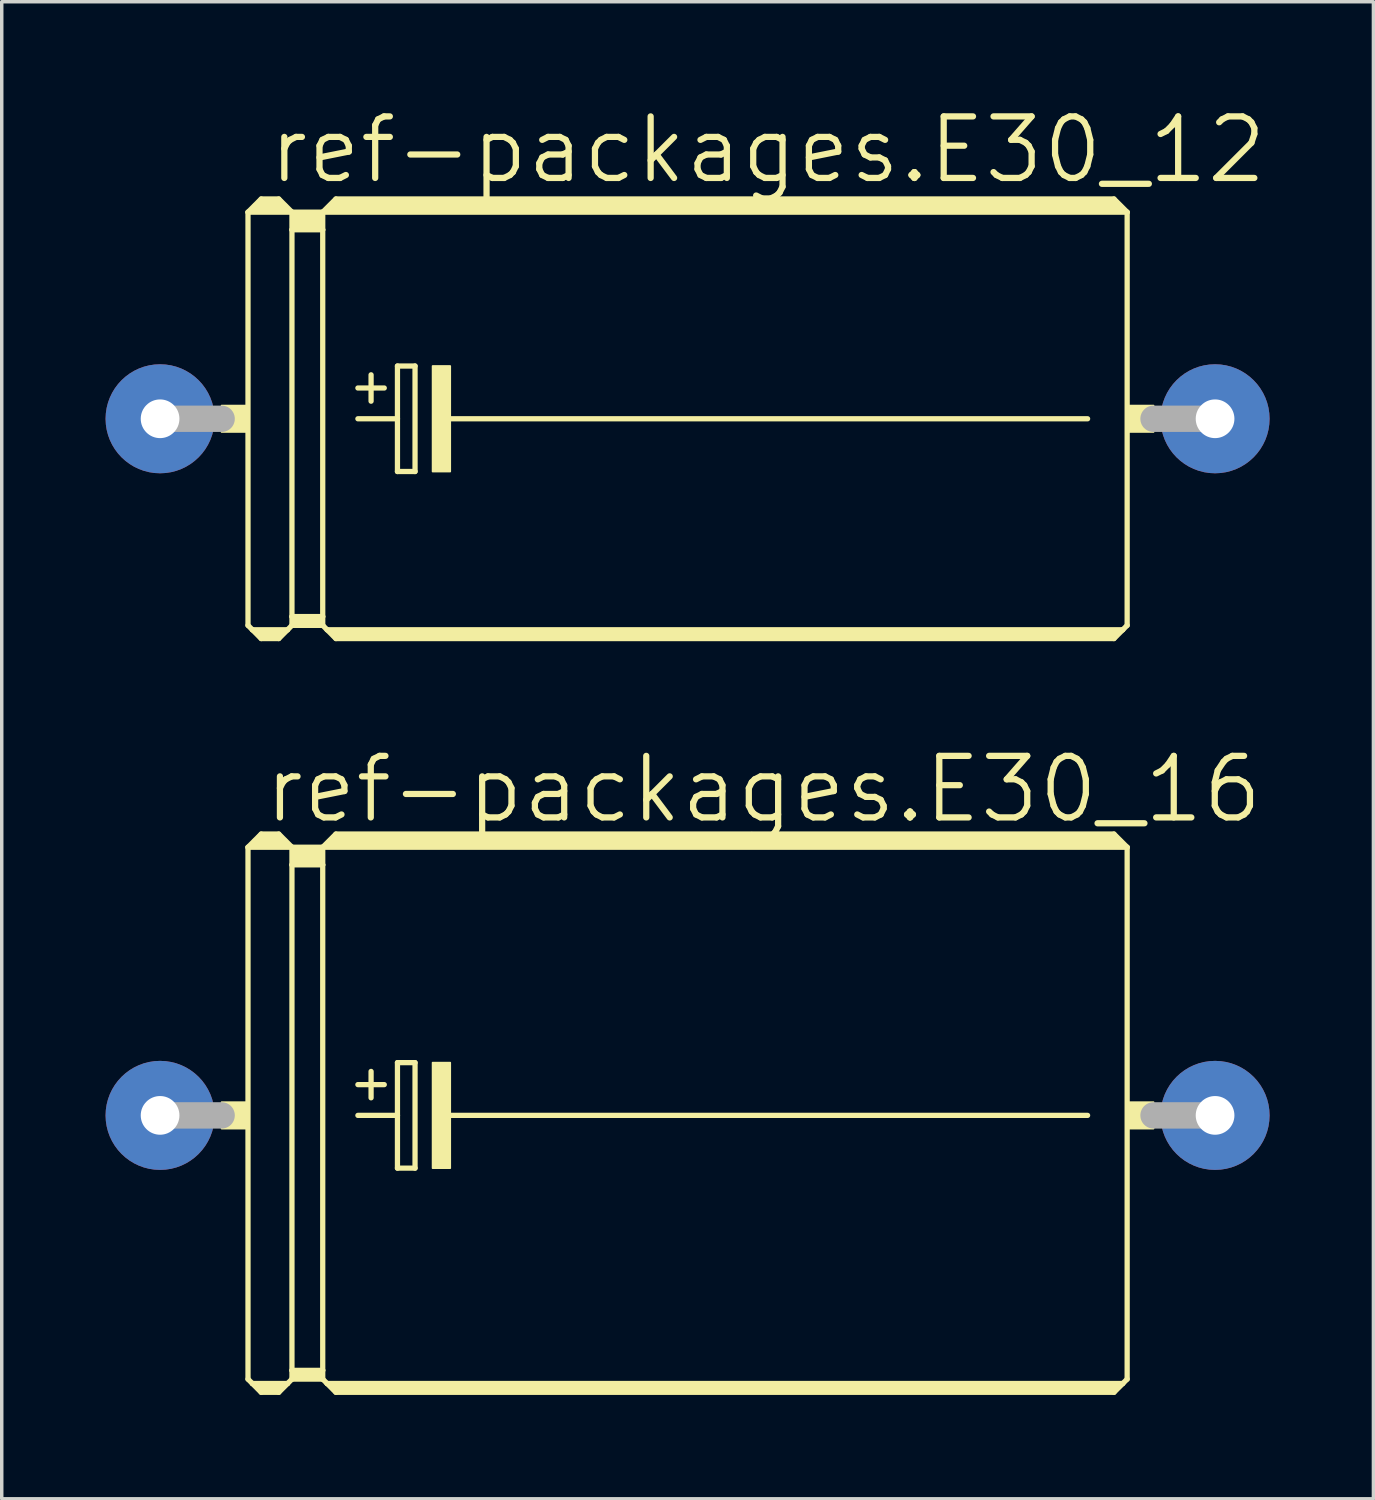
<source format=kicad_pcb>
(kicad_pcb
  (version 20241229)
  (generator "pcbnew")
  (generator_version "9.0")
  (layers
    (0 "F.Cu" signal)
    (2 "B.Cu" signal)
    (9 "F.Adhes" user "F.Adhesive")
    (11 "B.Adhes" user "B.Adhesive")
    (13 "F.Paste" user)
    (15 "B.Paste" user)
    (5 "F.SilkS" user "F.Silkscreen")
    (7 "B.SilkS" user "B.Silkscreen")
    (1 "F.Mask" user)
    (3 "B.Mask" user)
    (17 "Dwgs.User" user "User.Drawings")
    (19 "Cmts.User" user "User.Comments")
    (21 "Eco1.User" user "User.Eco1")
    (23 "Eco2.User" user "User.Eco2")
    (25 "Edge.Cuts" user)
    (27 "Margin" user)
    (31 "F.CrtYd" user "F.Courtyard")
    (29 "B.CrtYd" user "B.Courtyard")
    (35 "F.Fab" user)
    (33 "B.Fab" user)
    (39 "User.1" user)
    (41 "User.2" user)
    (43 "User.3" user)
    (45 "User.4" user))
  (footprint "ref-packages.E30_12"
    (layer "F.Cu")
    (at 16.815 9.049)
    (property "Reference" "ref-packages.E30_12" (at -12.192 -6.731 0) (layer "F.SilkS") (effects (font (size 1.778 1.778) (thickness 0.18)) (justify left bottom)))
    (attr through_hole)
    (fp_line (start -12.7 -5.969) (end -12.7 5.969) (stroke (width 0.152) (type default)) (layer "F.SilkS"))
    (fp_line (start -12.7 -5.969) (end -12.319 -6.35) (stroke (width 0.152) (type default)) (layer "F.SilkS"))
    (fp_line (start -12.7 -5.969) (end -11.43 -5.969) (stroke (width 0.152) (type default)) (layer "F.SilkS"))
    (fp_line (start -12.7 5.969) (end -12.573 6.096) (stroke (width 0.152) (type default)) (layer "F.SilkS"))
    (fp_line (start -12.573 6.096) (end -12.319 6.35) (stroke (width 0.152) (type default)) (layer "F.SilkS"))
    (fp_line (start -12.573 6.096) (end -11.557 6.096) (stroke (width 0.152) (type default)) (layer "F.SilkS"))
    (fp_line (start -12.446 -6.096) (end -11.684 -6.096) (stroke (width 0.305) (type default)) (layer "F.SilkS"))
    (fp_line (start -12.319 -6.35) (end -11.811 -6.35) (stroke (width 0.152) (type default)) (layer "F.SilkS"))
    (fp_line (start -12.319 -6.223) (end -11.811 -6.223) (stroke (width 0.305) (type default)) (layer "F.SilkS"))
    (fp_line (start -12.319 6.223) (end -11.811 6.223) (stroke (width 0.305) (type default)) (layer "F.SilkS"))
    (fp_line (start -12.319 6.35) (end -11.811 6.35) (stroke (width 0.152) (type default)) (layer "F.SilkS"))
    (fp_line (start -11.557 6.096) (end -11.811 6.35) (stroke (width 0.152) (type default)) (layer "F.SilkS"))
    (fp_line (start -11.43 -5.969) (end -11.811 -6.35) (stroke (width 0.152) (type default)) (layer "F.SilkS"))
    (fp_line (start -11.43 -5.969) (end -11.43 -5.461) (stroke (width 0.152) (type default)) (layer "F.SilkS"))
    (fp_line (start -11.43 -5.969) (end -10.541 -5.969) (stroke (width 0.152) (type default)) (layer "F.SilkS"))
    (fp_line (start -11.43 -5.461) (end -11.43 5.715) (stroke (width 0.152) (type default)) (layer "F.SilkS"))
    (fp_line (start -11.43 -5.461) (end -10.541 -5.461) (stroke (width 0.152) (type default)) (layer "F.SilkS"))
    (fp_line (start -11.43 5.715) (end -11.43 5.969) (stroke (width 0.152) (type default)) (layer "F.SilkS"))
    (fp_line (start -11.43 5.715) (end -10.541 5.715) (stroke (width 0.152) (type default)) (layer "F.SilkS"))
    (fp_line (start -11.43 5.969) (end -11.557 6.096) (stroke (width 0.152) (type default)) (layer "F.SilkS"))
    (fp_line (start -11.43 5.969) (end -10.541 5.969) (stroke (width 0.152) (type default)) (layer "F.SilkS"))
    (fp_line (start -11.303 -5.842) (end -10.668 -5.842) (stroke (width 0.305) (type default)) (layer "F.SilkS"))
    (fp_line (start -11.303 -5.588) (end -10.668 -5.588) (stroke (width 0.305) (type default)) (layer "F.SilkS"))
    (fp_line (start -11.303 5.842) (end -10.668 5.842) (stroke (width 0.305) (type default)) (layer "F.SilkS"))
    (fp_line (start -10.541 -5.969) (end -10.541 -5.461) (stroke (width 0.152) (type default)) (layer "F.SilkS"))
    (fp_line (start -10.541 -5.969) (end -10.16 -6.35) (stroke (width 0.152) (type default)) (layer "F.SilkS"))
    (fp_line (start -10.541 -5.969) (end 12.7 -5.969) (stroke (width 0.152) (type default)) (layer "F.SilkS"))
    (fp_line (start -10.541 -5.461) (end -10.541 5.715) (stroke (width 0.152) (type default)) (layer "F.SilkS"))
    (fp_line (start -10.541 5.715) (end -10.541 5.969) (stroke (width 0.152) (type default)) (layer "F.SilkS"))
    (fp_line (start -10.414 6.096) (end -10.541 5.969) (stroke (width 0.152) (type default)) (layer "F.SilkS"))
    (fp_line (start -10.414 6.096) (end 12.573 6.096) (stroke (width 0.152) (type default)) (layer "F.SilkS"))
    (fp_line (start -10.287 -6.096) (end 12.446 -6.096) (stroke (width 0.305) (type default)) (layer "F.SilkS"))
    (fp_line (start -10.16 -6.223) (end 12.319 -6.223) (stroke (width 0.305) (type default)) (layer "F.SilkS"))
    (fp_line (start -10.16 6.223) (end 12.319 6.223) (stroke (width 0.305) (type default)) (layer "F.SilkS"))
    (fp_line (start -10.16 6.35) (end -10.414 6.096) (stroke (width 0.152) (type default)) (layer "F.SilkS"))
    (fp_line (start -9.525 -0.889) (end -8.763 -0.889) (stroke (width 0.152) (type default)) (layer "F.SilkS"))
    (fp_line (start -9.525 0) (end -8.382 0) (stroke (width 0.152) (type default)) (layer "F.SilkS"))
    (fp_line (start -9.144 -1.27) (end -9.144 -0.508) (stroke (width 0.152) (type default)) (layer "F.SilkS"))
    (fp_line (start -8.382 -1.524) (end -8.382 0) (stroke (width 0.152) (type default)) (layer "F.SilkS"))
    (fp_line (start -8.382 0) (end -8.382 1.524) (stroke (width 0.152) (type default)) (layer "F.SilkS"))
    (fp_line (start -8.382 1.524) (end -7.874 1.524) (stroke (width 0.152) (type default)) (layer "F.SilkS"))
    (fp_line (start -7.874 -1.524) (end -8.382 -1.524) (stroke (width 0.152) (type default)) (layer "F.SilkS"))
    (fp_line (start -7.874 1.524) (end -7.874 -1.524) (stroke (width 0.152) (type default)) (layer "F.SilkS"))
    (fp_line (start -6.985 0) (end 11.557 0) (stroke (width 0.152) (type default)) (layer "F.SilkS"))
    (fp_line (start 12.319 -6.35) (end -10.16 -6.35) (stroke (width 0.152) (type default)) (layer "F.SilkS"))
    (fp_line (start 12.319 6.35) (end -10.16 6.35) (stroke (width 0.152) (type default)) (layer "F.SilkS"))
    (fp_line (start 12.573 6.096) (end 12.319 6.35) (stroke (width 0.152) (type default)) (layer "F.SilkS"))
    (fp_line (start 12.7 -5.969) (end 12.319 -6.35) (stroke (width 0.152) (type default)) (layer "F.SilkS"))
    (fp_line (start 12.7 -5.969) (end 12.7 5.969) (stroke (width 0.152) (type default)) (layer "F.SilkS"))
    (fp_line (start 12.7 5.969) (end 12.573 6.096) (stroke (width 0.152) (type default)) (layer "F.SilkS"))
    (fp_rect (start -13.462 0.381) (end -12.7 -0.381) (stroke (width 0.05) (type default)) (fill yes) (layer "F.SilkS"))
    (fp_rect (start -7.366 1.524) (end -6.858 -1.524) (stroke (width 0.05) (type default)) (fill yes) (layer "F.SilkS"))
    (fp_rect (start 12.7 0.381) (end 13.462 -0.381) (stroke (width 0.05) (type default)) (fill yes) (layer "F.SilkS"))
    (fp_line (start -15.24 0) (end -13.462 0) (stroke (width 0.762) (type default)) (layer "F.Fab"))
    (fp_line (start 15.24 0) (end 13.462 0) (stroke (width 0.762) (type default)) (layer "F.Fab"))
    (pad "+" thru_hole circle (at -15.24 0) (size 3.15 3.15) (drill 1.118) (layers "*.Cu" "*.Mask"))
    (pad "-" thru_hole circle (at 15.24 0) (size 3.15 3.15) (drill 1.118) (layers "*.Cu" "*.Mask")))
  (footprint "ref-packages.E30_16"
    (layer "F.Cu")
    (at 16.815 29.175)
    (property "Reference" "ref-packages.E30_16" (at -12.319 -8.382 0) (layer "F.SilkS") (effects (font (size 1.778 1.778) (thickness 0.18)) (justify left bottom)))
    (attr through_hole)
    (fp_line (start -12.7 -7.747) (end -12.7 7.62) (stroke (width 0.152) (type default)) (layer "F.SilkS"))
    (fp_line (start -12.7 -7.747) (end -12.319 -8.128) (stroke (width 0.152) (type default)) (layer "F.SilkS"))
    (fp_line (start -12.7 -7.747) (end -11.43 -7.747) (stroke (width 0.152) (type default)) (layer "F.SilkS"))
    (fp_line (start -12.7 7.62) (end -12.573 7.747) (stroke (width 0.152) (type default)) (layer "F.SilkS"))
    (fp_line (start -12.573 7.747) (end -12.319 8.001) (stroke (width 0.152) (type default)) (layer "F.SilkS"))
    (fp_line (start -12.573 7.747) (end -11.557 7.747) (stroke (width 0.152) (type default)) (layer "F.SilkS"))
    (fp_line (start -12.446 -7.874) (end -11.684 -7.874) (stroke (width 0.305) (type default)) (layer "F.SilkS"))
    (fp_line (start -12.319 -8.128) (end -11.811 -8.128) (stroke (width 0.152) (type default)) (layer "F.SilkS"))
    (fp_line (start -12.319 -8.001) (end -11.811 -8.001) (stroke (width 0.305) (type default)) (layer "F.SilkS"))
    (fp_line (start -12.319 7.874) (end -11.811 7.874) (stroke (width 0.305) (type default)) (layer "F.SilkS"))
    (fp_line (start -12.319 8.001) (end -11.811 8.001) (stroke (width 0.152) (type default)) (layer "F.SilkS"))
    (fp_line (start -11.557 7.747) (end -11.811 8.001) (stroke (width 0.152) (type default)) (layer "F.SilkS"))
    (fp_line (start -11.43 -7.747) (end -11.811 -8.128) (stroke (width 0.152) (type default)) (layer "F.SilkS"))
    (fp_line (start -11.43 -7.747) (end -11.43 -7.239) (stroke (width 0.152) (type default)) (layer "F.SilkS"))
    (fp_line (start -11.43 -7.747) (end -10.541 -7.747) (stroke (width 0.152) (type default)) (layer "F.SilkS"))
    (fp_line (start -11.43 -7.239) (end -11.43 7.366) (stroke (width 0.152) (type default)) (layer "F.SilkS"))
    (fp_line (start -11.43 -7.239) (end -10.541 -7.239) (stroke (width 0.152) (type default)) (layer "F.SilkS"))
    (fp_line (start -11.43 7.366) (end -11.43 7.62) (stroke (width 0.152) (type default)) (layer "F.SilkS"))
    (fp_line (start -11.43 7.366) (end -10.541 7.366) (stroke (width 0.152) (type default)) (layer "F.SilkS"))
    (fp_line (start -11.43 7.62) (end -11.557 7.747) (stroke (width 0.152) (type default)) (layer "F.SilkS"))
    (fp_line (start -11.43 7.62) (end -10.541 7.62) (stroke (width 0.152) (type default)) (layer "F.SilkS"))
    (fp_line (start -11.303 -7.62) (end -10.668 -7.62) (stroke (width 0.305) (type default)) (layer "F.SilkS"))
    (fp_line (start -11.303 -7.366) (end -10.668 -7.366) (stroke (width 0.305) (type default)) (layer "F.SilkS"))
    (fp_line (start -11.303 7.493) (end -10.668 7.493) (stroke (width 0.305) (type default)) (layer "F.SilkS"))
    (fp_line (start -10.541 -7.747) (end -10.541 -7.239) (stroke (width 0.152) (type default)) (layer "F.SilkS"))
    (fp_line (start -10.541 -7.747) (end -10.16 -8.128) (stroke (width 0.152) (type default)) (layer "F.SilkS"))
    (fp_line (start -10.541 -7.747) (end 12.7 -7.747) (stroke (width 0.152) (type default)) (layer "F.SilkS"))
    (fp_line (start -10.541 -7.239) (end -10.541 7.366) (stroke (width 0.152) (type default)) (layer "F.SilkS"))
    (fp_line (start -10.541 7.366) (end -10.541 7.62) (stroke (width 0.152) (type default)) (layer "F.SilkS"))
    (fp_line (start -10.414 7.747) (end -10.541 7.62) (stroke (width 0.152) (type default)) (layer "F.SilkS"))
    (fp_line (start -10.414 7.747) (end 12.573 7.747) (stroke (width 0.152) (type default)) (layer "F.SilkS"))
    (fp_line (start -10.287 -7.874) (end 12.446 -7.874) (stroke (width 0.305) (type default)) (layer "F.SilkS"))
    (fp_line (start -10.16 -8.001) (end 12.319 -8.001) (stroke (width 0.305) (type default)) (layer "F.SilkS"))
    (fp_line (start -10.16 7.874) (end 12.319 7.874) (stroke (width 0.305) (type default)) (layer "F.SilkS"))
    (fp_line (start -10.16 8.001) (end -10.414 7.747) (stroke (width 0.152) (type default)) (layer "F.SilkS"))
    (fp_line (start -9.525 -0.889) (end -8.763 -0.889) (stroke (width 0.152) (type default)) (layer "F.SilkS"))
    (fp_line (start -9.525 0) (end -8.382 0) (stroke (width 0.152) (type default)) (layer "F.SilkS"))
    (fp_line (start -9.144 -1.27) (end -9.144 -0.508) (stroke (width 0.152) (type default)) (layer "F.SilkS"))
    (fp_line (start -8.382 -1.524) (end -8.382 0) (stroke (width 0.152) (type default)) (layer "F.SilkS"))
    (fp_line (start -8.382 0) (end -8.382 1.524) (stroke (width 0.152) (type default)) (layer "F.SilkS"))
    (fp_line (start -8.382 1.524) (end -7.874 1.524) (stroke (width 0.152) (type default)) (layer "F.SilkS"))
    (fp_line (start -7.874 -1.524) (end -8.382 -1.524) (stroke (width 0.152) (type default)) (layer "F.SilkS"))
    (fp_line (start -7.874 1.524) (end -7.874 -1.524) (stroke (width 0.152) (type default)) (layer "F.SilkS"))
    (fp_line (start -6.985 0) (end 11.557 0) (stroke (width 0.152) (type default)) (layer "F.SilkS"))
    (fp_line (start 12.319 -8.128) (end -10.16 -8.128) (stroke (width 0.152) (type default)) (layer "F.SilkS"))
    (fp_line (start 12.319 8.001) (end -10.16 8.001) (stroke (width 0.152) (type default)) (layer "F.SilkS"))
    (fp_line (start 12.573 7.747) (end 12.319 8.001) (stroke (width 0.152) (type default)) (layer "F.SilkS"))
    (fp_line (start 12.7 -7.747) (end 12.319 -8.128) (stroke (width 0.152) (type default)) (layer "F.SilkS"))
    (fp_line (start 12.7 -7.747) (end 12.7 7.62) (stroke (width 0.152) (type default)) (layer "F.SilkS"))
    (fp_line (start 12.7 7.62) (end 12.573 7.747) (stroke (width 0.152) (type default)) (layer "F.SilkS"))
    (fp_rect (start -13.462 0.381) (end -12.7 -0.381) (stroke (width 0.05) (type default)) (fill yes) (layer "F.SilkS"))
    (fp_rect (start -7.366 1.524) (end -6.858 -1.524) (stroke (width 0.05) (type default)) (fill yes) (layer "F.SilkS"))
    (fp_rect (start 12.7 0.381) (end 13.462 -0.381) (stroke (width 0.05) (type default)) (fill yes) (layer "F.SilkS"))
    (fp_line (start -15.24 0) (end -13.462 0) (stroke (width 0.762) (type default)) (layer "F.Fab"))
    (fp_line (start 15.24 0) (end 13.462 0) (stroke (width 0.762) (type default)) (layer "F.Fab"))
    (pad "+" thru_hole circle (at -15.24 0) (size 3.15 3.15) (drill 1.118) (layers "*.Cu" "*.Mask"))
    (pad "-" thru_hole circle (at 15.24 0) (size 3.15 3.15) (drill 1.118) (layers "*.Cu" "*.Mask")))
  (gr_rect
    (start -3 -3)
    (end 36.63 40.252)
    (stroke (width 0.1) (type default))
    (fill no)
    (layer "Edge.Cuts")))
</source>
